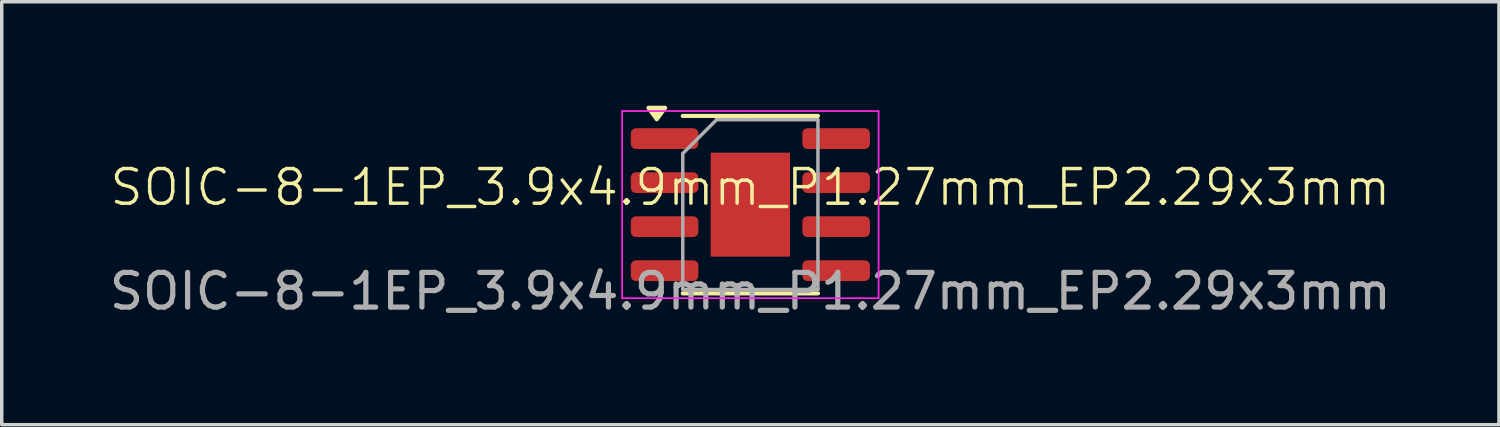
<source format=kicad_pcb>
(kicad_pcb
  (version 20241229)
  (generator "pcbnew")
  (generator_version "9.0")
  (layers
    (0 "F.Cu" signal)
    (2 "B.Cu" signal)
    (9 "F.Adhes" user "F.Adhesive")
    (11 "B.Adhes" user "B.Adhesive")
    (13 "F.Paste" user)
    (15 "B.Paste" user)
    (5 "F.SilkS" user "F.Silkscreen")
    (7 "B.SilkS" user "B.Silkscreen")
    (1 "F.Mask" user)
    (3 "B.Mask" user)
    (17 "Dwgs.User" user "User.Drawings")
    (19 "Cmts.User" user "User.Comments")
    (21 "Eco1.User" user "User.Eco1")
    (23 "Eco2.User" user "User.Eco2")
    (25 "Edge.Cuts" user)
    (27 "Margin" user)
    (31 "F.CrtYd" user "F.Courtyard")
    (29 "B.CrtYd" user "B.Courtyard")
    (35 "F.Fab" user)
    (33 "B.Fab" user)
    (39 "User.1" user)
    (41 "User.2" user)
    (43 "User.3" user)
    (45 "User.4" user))
  (footprint "SOIC-8-1EP_3.9x4.9mm_P1.27mm_EP2.29x3mm"
    (layer "F.Cu")
    (at 18.601 2.855)
    (property "Reference" "SOIC-8-1EP_3.9x4.9mm_P1.27mm_EP2.29x3mm" (at 0 -0.5 0) (unlocked yes) (layer "F.SilkS") (effects (font (size 1 1) (thickness 0.1))))
    (attr smd)
    (fp_line (start 0 -2.56) (end -1.95 -2.56) (stroke (width 0.12) (type solid)) (layer "F.SilkS"))
    (fp_line (start 0 -2.56) (end 1.95 -2.56) (stroke (width 0.12) (type solid)) (layer "F.SilkS"))
    (fp_line (start 0 2.56) (end -1.95 2.56) (stroke (width 0.12) (type solid)) (layer "F.SilkS"))
    (fp_line (start 0 2.56) (end 1.95 2.56) (stroke (width 0.12) (type solid)) (layer "F.SilkS"))
    (fp_poly (pts (xy -2.7 -2.465) (xy -2.94 -2.795) (xy -2.46 -2.795) (xy -2.7 -2.465)) (stroke (width 0.12) (type solid)) (fill yes) (layer "F.SilkS"))
    (fp_line (start -3.7 -2.7) (end -3.7 2.7) (stroke (width 0.05) (type solid)) (layer "F.CrtYd"))
    (fp_line (start -3.7 2.7) (end 3.7 2.7) (stroke (width 0.05) (type solid)) (layer "F.CrtYd"))
    (fp_line (start 3.7 -2.7) (end -3.7 -2.7) (stroke (width 0.05) (type solid)) (layer "F.CrtYd"))
    (fp_line (start 3.7 2.7) (end 3.7 -2.7) (stroke (width 0.05) (type solid)) (layer "F.CrtYd"))
    (fp_line (start -1.95 -1.475) (end -0.975 -2.45) (stroke (width 0.1) (type solid)) (layer "F.Fab"))
    (fp_line (start -1.95 2.45) (end -1.95 -1.475) (stroke (width 0.1) (type solid)) (layer "F.Fab"))
    (fp_line (start -0.975 -2.45) (end 1.95 -2.45) (stroke (width 0.1) (type solid)) (layer "F.Fab"))
    (fp_line (start 1.95 -2.45) (end 1.95 2.45) (stroke (width 0.1) (type solid)) (layer "F.Fab"))
    (fp_line (start 1.95 2.45) (end -1.95 2.45) (stroke (width 0.1) (type solid)) (layer "F.Fab"))
    (fp_text user "${REFERENCE}" (at 0 2.5 0) (unlocked yes) (layer "F.Fab") (effects (font (size 1 1) (thickness 0.15))))
    (pad "" smd roundrect (at -0.57 -0.75) (size 0.92 1.21) (layers "F.Paste") (roundrect_rratio 0.25))
    (pad "" smd roundrect (at -0.57 0.75) (size 0.92 1.21) (layers "F.Paste") (roundrect_rratio 0.25))
    (pad "" smd roundrect (at 0.57 -0.75) (size 0.92 1.21) (layers "F.Paste") (roundrect_rratio 0.25))
    (pad "" smd roundrect (at 0.57 0.75) (size 0.92 1.21) (layers "F.Paste") (roundrect_rratio 0.25))
    (pad "1" smd roundrect (at -2.475 -1.905) (size 1.95 0.6) (layers "F.Cu" "F.Mask" "F.Paste") (roundrect_rratio 0.25))
    (pad "2" smd roundrect (at -2.475 -0.635) (size 1.95 0.6) (layers "F.Cu" "F.Mask" "F.Paste") (roundrect_rratio 0.25))
    (pad "3" smd roundrect (at -2.475 0.635) (size 1.95 0.6) (layers "F.Cu" "F.Mask" "F.Paste") (roundrect_rratio 0.25))
    (pad "4" smd roundrect (at -2.475 1.905) (size 1.95 0.6) (layers "F.Cu" "F.Mask" "F.Paste") (roundrect_rratio 0.25))
    (pad "5" smd roundrect (at 2.475 1.905) (size 1.95 0.6) (layers "F.Cu" "F.Mask" "F.Paste") (roundrect_rratio 0.25))
    (pad "6" smd roundrect (at 2.475 0.635) (size 1.95 0.6) (layers "F.Cu" "F.Mask" "F.Paste") (roundrect_rratio 0.25))
    (pad "7" smd roundrect (at 2.475 -0.635) (size 1.95 0.6) (layers "F.Cu" "F.Mask" "F.Paste") (roundrect_rratio 0.25))
    (pad "8" smd roundrect (at 2.475 -1.905) (size 1.95 0.6) (layers "F.Cu" "F.Mask" "F.Paste") (roundrect_rratio 0.25))
    (pad "9" smd rect (at 0 0) (size 2.29 3) (property pad_prop_heatsink) (layers "F.Cu" "F.Mask")))
  (gr_rect
    (start -3 -3)
    (end 40.202 9.203)
    (stroke (width 0.1) (type default))
    (fill no)
    (layer "Edge.Cuts")))
</source>
